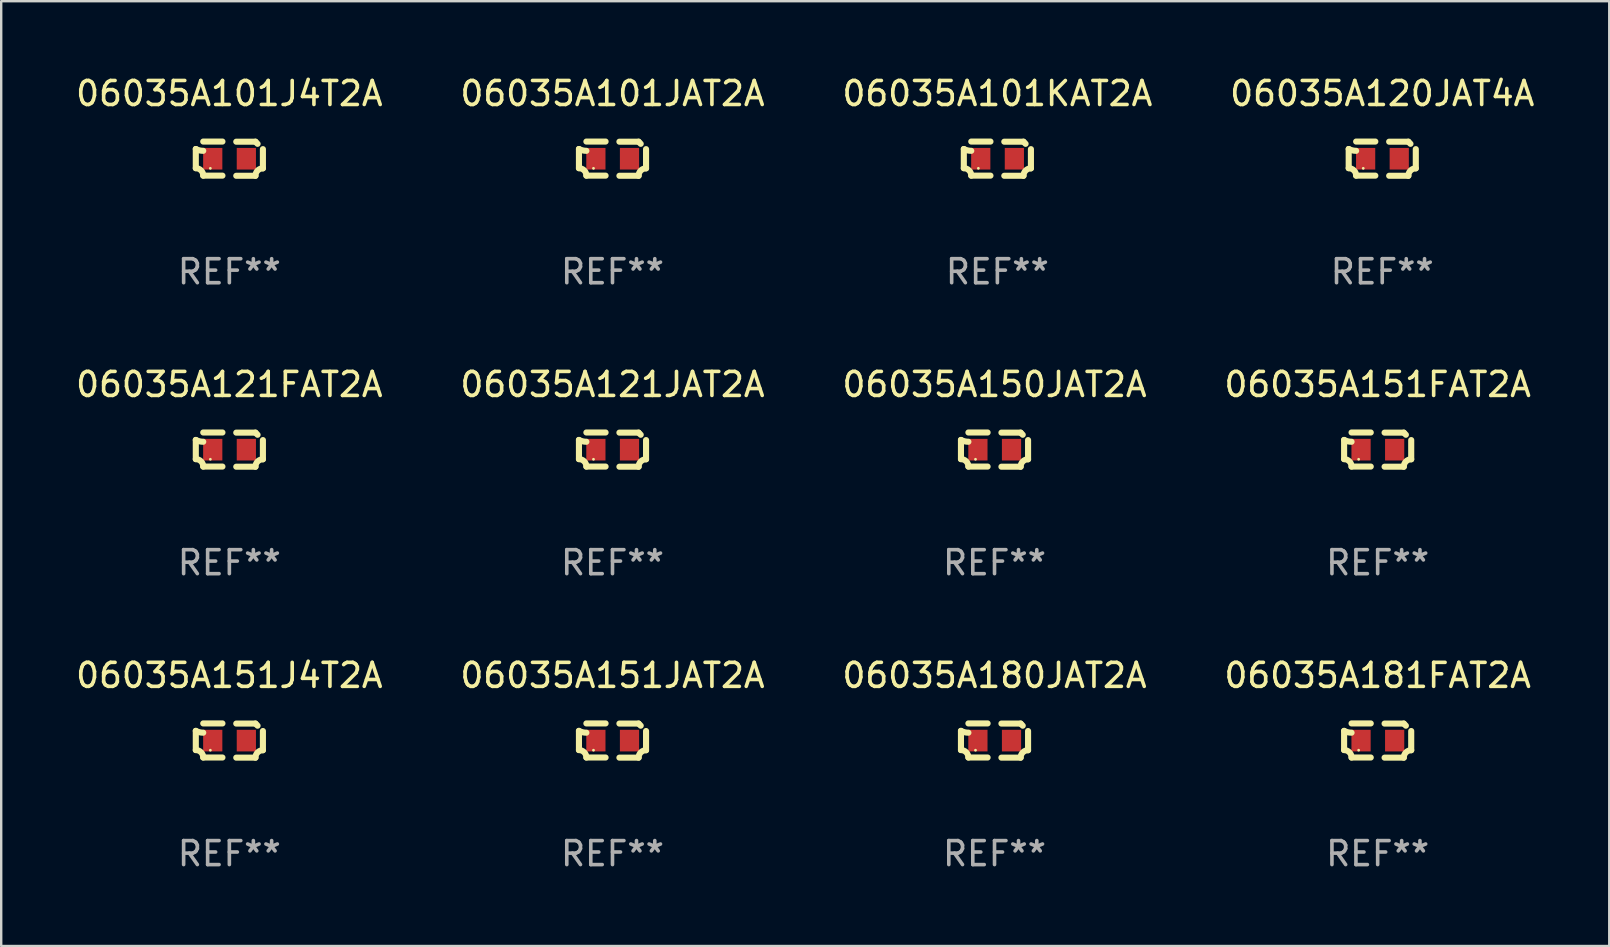
<source format=kicad_pcb>
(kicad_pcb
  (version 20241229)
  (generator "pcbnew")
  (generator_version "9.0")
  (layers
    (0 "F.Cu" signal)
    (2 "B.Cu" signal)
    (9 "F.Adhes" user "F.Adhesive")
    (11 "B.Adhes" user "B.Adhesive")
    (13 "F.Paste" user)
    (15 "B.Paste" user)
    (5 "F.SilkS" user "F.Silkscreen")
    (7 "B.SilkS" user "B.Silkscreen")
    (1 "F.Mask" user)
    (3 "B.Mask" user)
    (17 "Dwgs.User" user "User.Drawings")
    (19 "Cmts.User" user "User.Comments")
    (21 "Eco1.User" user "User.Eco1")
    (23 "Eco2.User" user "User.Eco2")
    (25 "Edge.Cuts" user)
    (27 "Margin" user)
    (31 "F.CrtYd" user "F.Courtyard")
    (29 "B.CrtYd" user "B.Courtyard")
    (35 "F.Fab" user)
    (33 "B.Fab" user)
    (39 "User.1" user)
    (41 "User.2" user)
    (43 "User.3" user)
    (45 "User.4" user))
  (footprint "06035A181FAT2A"
    (layer "F.Cu")
    (at 54.351 27.805)
    (property "Reference" "06035A181FAT2A" (at 0 -2.713 0) (layer "F.SilkS") (effects (font (size 1 1) (thickness 0.15))))
    (attr through_hole)
    (fp_line (start -1.398 -0.403) (end -1.398 0.397) (stroke (width 0.254) (type solid)) (layer "F.SilkS"))
    (fp_line (start -0.288 -0.713) (end -1.088 -0.713) (stroke (width 0.254) (type solid)) (layer "F.SilkS"))
    (fp_line (start -0.288 0.707) (end -1.088 0.707) (stroke (width 0.254) (type solid)) (layer "F.SilkS"))
    (fp_line (start 0.288 -0.707) (end 1.088 -0.707) (stroke (width 0.254) (type solid)) (layer "F.SilkS"))
    (fp_line (start 0.288 0.713) (end 1.088 0.713) (stroke (width 0.254) (type solid)) (layer "F.SilkS"))
    (fp_line (start 1.398 -0.397) (end 1.398 0.403) (stroke (width 0.254) (type solid)) (layer "F.SilkS"))
    (fp_arc (start -1.397789 0.397066) (mid -1.178701 0.487826) (end -1.08796 0.706922) (stroke (width 0.254001) (type solid)) (layer "F.SilkS"))
    (fp_arc (start -1.08796 -0.327176) (mid -1.247436 -0.346384) (end -1.39779 -0.402908) (stroke (width 0.254001) (type solid)) (layer "F.SilkS"))
    (fp_arc (start 1.087909 0.712738) (mid 1.178656 0.493655) (end 1.397739 0.402908) (stroke (width 0.254001) (type solid)) (layer "F.SilkS"))
    (fp_arc (start 1.175925 -0.618926) (mid 1.131917 -0.662923) (end 1.08791 -0.706922) (stroke (width 0.254001) (type solid)) (layer "F.SilkS"))
    (fp_circle (center -0.792 0.403) (end -0.762 0.403) (stroke (width 0.06) (type solid)) (fill no) (layer "F.SilkS"))
    (fp_text user "REF**" (at 0 4.713 0) (layer "F.Fab") (effects (font (size 1 1) (thickness 0.15))))
    (pad "1" smd rect (at -0.692 0.003) (size 0.8 0.9) (layers "F.Cu" "F.Mask" "F.Paste"))
    (pad "2" smd rect (at 0.708 0.003) (size 0.8 0.9) (layers "F.Cu" "F.Mask" "F.Paste")))
  (footprint "06035A101JAT2A"
    (layer "F.Cu")
    (at 22.47 3.561)
    (property "Reference" "06035A101JAT2A" (at 0 -2.713 0) (layer "F.SilkS") (effects (font (size 1 1) (thickness 0.15))))
    (attr through_hole)
    (fp_line (start -1.398 -0.403) (end -1.398 0.397) (stroke (width 0.254) (type solid)) (layer "F.SilkS"))
    (fp_line (start -0.288 -0.713) (end -1.088 -0.713) (stroke (width 0.254) (type solid)) (layer "F.SilkS"))
    (fp_line (start -0.288 0.707) (end -1.088 0.707) (stroke (width 0.254) (type solid)) (layer "F.SilkS"))
    (fp_line (start 0.288 -0.707) (end 1.088 -0.707) (stroke (width 0.254) (type solid)) (layer "F.SilkS"))
    (fp_line (start 0.288 0.713) (end 1.088 0.713) (stroke (width 0.254) (type solid)) (layer "F.SilkS"))
    (fp_line (start 1.398 -0.397) (end 1.398 0.403) (stroke (width 0.254) (type solid)) (layer "F.SilkS"))
    (fp_arc (start -1.397789 0.397066) (mid -1.178701 0.487826) (end -1.08796 0.706922) (stroke (width 0.254001) (type solid)) (layer "F.SilkS"))
    (fp_arc (start -1.08796 -0.327176) (mid -1.247436 -0.346384) (end -1.39779 -0.402908) (stroke (width 0.254001) (type solid)) (layer "F.SilkS"))
    (fp_arc (start 1.087909 0.712738) (mid 1.178656 0.493655) (end 1.397739 0.402908) (stroke (width 0.254001) (type solid)) (layer "F.SilkS"))
    (fp_arc (start 1.175925 -0.618926) (mid 1.131917 -0.662923) (end 1.08791 -0.706922) (stroke (width 0.254001) (type solid)) (layer "F.SilkS"))
    (fp_circle (center -0.792 0.403) (end -0.762 0.403) (stroke (width 0.06) (type solid)) (fill no) (layer "F.SilkS"))
    (fp_text user "REF**" (at 0 4.713 0) (layer "F.Fab") (effects (font (size 1 1) (thickness 0.15))))
    (pad "1" smd rect (at -0.692 0.003) (size 0.8 0.9) (layers "F.Cu" "F.Mask" "F.Paste"))
    (pad "2" smd rect (at 0.708 0.003) (size 0.8 0.9) (layers "F.Cu" "F.Mask" "F.Paste")))
  (footprint "06035A121FAT2A"
    (layer "F.Cu")
    (at 6.506 15.683)
    (property "Reference" "06035A121FAT2A" (at 0 -2.713 0) (layer "F.SilkS") (effects (font (size 1 1) (thickness 0.15))))
    (attr through_hole)
    (fp_line (start -1.398 -0.403) (end -1.398 0.397) (stroke (width 0.254) (type solid)) (layer "F.SilkS"))
    (fp_line (start -0.288 -0.713) (end -1.088 -0.713) (stroke (width 0.254) (type solid)) (layer "F.SilkS"))
    (fp_line (start -0.288 0.707) (end -1.088 0.707) (stroke (width 0.254) (type solid)) (layer "F.SilkS"))
    (fp_line (start 0.288 -0.707) (end 1.088 -0.707) (stroke (width 0.254) (type solid)) (layer "F.SilkS"))
    (fp_line (start 0.288 0.713) (end 1.088 0.713) (stroke (width 0.254) (type solid)) (layer "F.SilkS"))
    (fp_line (start 1.398 -0.397) (end 1.398 0.403) (stroke (width 0.254) (type solid)) (layer "F.SilkS"))
    (fp_arc (start -1.397789 0.397066) (mid -1.178701 0.487826) (end -1.08796 0.706922) (stroke (width 0.254001) (type solid)) (layer "F.SilkS"))
    (fp_arc (start -1.08796 -0.327176) (mid -1.247436 -0.346384) (end -1.39779 -0.402908) (stroke (width 0.254001) (type solid)) (layer "F.SilkS"))
    (fp_arc (start 1.087909 0.712738) (mid 1.178656 0.493655) (end 1.397739 0.402908) (stroke (width 0.254001) (type solid)) (layer "F.SilkS"))
    (fp_arc (start 1.175925 -0.618926) (mid 1.131917 -0.662923) (end 1.08791 -0.706922) (stroke (width 0.254001) (type solid)) (layer "F.SilkS"))
    (fp_circle (center -0.792 0.403) (end -0.762 0.403) (stroke (width 0.06) (type solid)) (fill no) (layer "F.SilkS"))
    (fp_text user "REF**" (at 0 4.713 0) (layer "F.Fab") (effects (font (size 1 1) (thickness 0.15))))
    (pad "1" smd rect (at -0.692 0.003) (size 0.8 0.9) (layers "F.Cu" "F.Mask" "F.Paste"))
    (pad "2" smd rect (at 0.708 0.003) (size 0.8 0.9) (layers "F.Cu" "F.Mask" "F.Paste")))
  (footprint "06035A151J4T2A"
    (layer "F.Cu")
    (at 6.506 27.805)
    (property "Reference" "06035A151J4T2A" (at 0 -2.713 0) (layer "F.SilkS") (effects (font (size 1 1) (thickness 0.15))))
    (attr through_hole)
    (fp_line (start -1.398 -0.403) (end -1.398 0.397) (stroke (width 0.254) (type solid)) (layer "F.SilkS"))
    (fp_line (start -0.288 -0.713) (end -1.088 -0.713) (stroke (width 0.254) (type solid)) (layer "F.SilkS"))
    (fp_line (start -0.288 0.707) (end -1.088 0.707) (stroke (width 0.254) (type solid)) (layer "F.SilkS"))
    (fp_line (start 0.288 -0.707) (end 1.088 -0.707) (stroke (width 0.254) (type solid)) (layer "F.SilkS"))
    (fp_line (start 0.288 0.713) (end 1.088 0.713) (stroke (width 0.254) (type solid)) (layer "F.SilkS"))
    (fp_line (start 1.398 -0.397) (end 1.398 0.403) (stroke (width 0.254) (type solid)) (layer "F.SilkS"))
    (fp_arc (start -1.397789 0.397066) (mid -1.178701 0.487826) (end -1.08796 0.706922) (stroke (width 0.254001) (type solid)) (layer "F.SilkS"))
    (fp_arc (start -1.08796 -0.327176) (mid -1.247436 -0.346384) (end -1.39779 -0.402908) (stroke (width 0.254001) (type solid)) (layer "F.SilkS"))
    (fp_arc (start 1.087909 0.712738) (mid 1.178656 0.493655) (end 1.397739 0.402908) (stroke (width 0.254001) (type solid)) (layer "F.SilkS"))
    (fp_arc (start 1.175925 -0.618926) (mid 1.131917 -0.662923) (end 1.08791 -0.706922) (stroke (width 0.254001) (type solid)) (layer "F.SilkS"))
    (fp_circle (center -0.792 0.403) (end -0.762 0.403) (stroke (width 0.06) (type solid)) (fill no) (layer "F.SilkS"))
    (fp_text user "REF**" (at 0 4.713 0) (layer "F.Fab") (effects (font (size 1 1) (thickness 0.15))))
    (pad "1" smd rect (at -0.692 0.003) (size 0.8 0.9) (layers "F.Cu" "F.Mask" "F.Paste"))
    (pad "2" smd rect (at 0.708 0.003) (size 0.8 0.9) (layers "F.Cu" "F.Mask" "F.Paste")))
  (footprint "06035A101KAT2A"
    (layer "F.Cu")
    (at 38.506 3.561)
    (property "Reference" "06035A101KAT2A" (at 0 -2.713 0) (layer "F.SilkS") (effects (font (size 1 1) (thickness 0.15))))
    (attr through_hole)
    (fp_line (start -1.398 -0.403) (end -1.398 0.397) (stroke (width 0.254) (type solid)) (layer "F.SilkS"))
    (fp_line (start -0.288 -0.713) (end -1.088 -0.713) (stroke (width 0.254) (type solid)) (layer "F.SilkS"))
    (fp_line (start -0.288 0.707) (end -1.088 0.707) (stroke (width 0.254) (type solid)) (layer "F.SilkS"))
    (fp_line (start 0.288 -0.707) (end 1.088 -0.707) (stroke (width 0.254) (type solid)) (layer "F.SilkS"))
    (fp_line (start 0.288 0.713) (end 1.088 0.713) (stroke (width 0.254) (type solid)) (layer "F.SilkS"))
    (fp_line (start 1.398 -0.397) (end 1.398 0.403) (stroke (width 0.254) (type solid)) (layer "F.SilkS"))
    (fp_arc (start -1.397789 0.397066) (mid -1.178701 0.487826) (end -1.08796 0.706922) (stroke (width 0.254001) (type solid)) (layer "F.SilkS"))
    (fp_arc (start -1.08796 -0.327176) (mid -1.247436 -0.346384) (end -1.39779 -0.402908) (stroke (width 0.254001) (type solid)) (layer "F.SilkS"))
    (fp_arc (start 1.087909 0.712738) (mid 1.178656 0.493655) (end 1.397739 0.402908) (stroke (width 0.254001) (type solid)) (layer "F.SilkS"))
    (fp_arc (start 1.175925 -0.618926) (mid 1.131917 -0.662923) (end 1.08791 -0.706922) (stroke (width 0.254001) (type solid)) (layer "F.SilkS"))
    (fp_circle (center -0.792 0.403) (end -0.762 0.403) (stroke (width 0.06) (type solid)) (fill no) (layer "F.SilkS"))
    (fp_text user "REF**" (at 0 4.713 0) (layer "F.Fab") (effects (font (size 1 1) (thickness 0.15))))
    (pad "1" smd rect (at -0.692 0.003) (size 0.8 0.9) (layers "F.Cu" "F.Mask" "F.Paste"))
    (pad "2" smd rect (at 0.708 0.003) (size 0.8 0.9) (layers "F.Cu" "F.Mask" "F.Paste")))
  (footprint "06035A101J4T2A"
    (layer "F.Cu")
    (at 6.506 3.561)
    (property "Reference" "06035A101J4T2A" (at 0 -2.713 0) (layer "F.SilkS") (effects (font (size 1 1) (thickness 0.15))))
    (attr through_hole)
    (fp_line (start -1.398 -0.403) (end -1.398 0.397) (stroke (width 0.254) (type solid)) (layer "F.SilkS"))
    (fp_line (start -0.288 -0.713) (end -1.088 -0.713) (stroke (width 0.254) (type solid)) (layer "F.SilkS"))
    (fp_line (start -0.288 0.707) (end -1.088 0.707) (stroke (width 0.254) (type solid)) (layer "F.SilkS"))
    (fp_line (start 0.288 -0.707) (end 1.088 -0.707) (stroke (width 0.254) (type solid)) (layer "F.SilkS"))
    (fp_line (start 0.288 0.713) (end 1.088 0.713) (stroke (width 0.254) (type solid)) (layer "F.SilkS"))
    (fp_line (start 1.398 -0.397) (end 1.398 0.403) (stroke (width 0.254) (type solid)) (layer "F.SilkS"))
    (fp_arc (start -1.397789 0.397066) (mid -1.178701 0.487826) (end -1.08796 0.706922) (stroke (width 0.254001) (type solid)) (layer "F.SilkS"))
    (fp_arc (start -1.08796 -0.327176) (mid -1.247436 -0.346384) (end -1.39779 -0.402908) (stroke (width 0.254001) (type solid)) (layer "F.SilkS"))
    (fp_arc (start 1.087909 0.712738) (mid 1.178656 0.493655) (end 1.397739 0.402908) (stroke (width 0.254001) (type solid)) (layer "F.SilkS"))
    (fp_arc (start 1.175925 -0.618926) (mid 1.131917 -0.662923) (end 1.08791 -0.706922) (stroke (width 0.254001) (type solid)) (layer "F.SilkS"))
    (fp_circle (center -0.792 0.403) (end -0.762 0.403) (stroke (width 0.06) (type solid)) (fill no) (layer "F.SilkS"))
    (fp_text user "REF**" (at 0 4.713 0) (layer "F.Fab") (effects (font (size 1 1) (thickness 0.15))))
    (pad "1" smd rect (at -0.692 0.003) (size 0.8 0.9) (layers "F.Cu" "F.Mask" "F.Paste"))
    (pad "2" smd rect (at 0.708 0.003) (size 0.8 0.9) (layers "F.Cu" "F.Mask" "F.Paste")))
  (footprint "06035A121JAT2A"
    (layer "F.Cu")
    (at 22.47 15.683)
    (property "Reference" "06035A121JAT2A" (at 0 -2.713 0) (layer "F.SilkS") (effects (font (size 1 1) (thickness 0.15))))
    (attr through_hole)
    (fp_line (start -1.398 -0.403) (end -1.398 0.397) (stroke (width 0.254) (type solid)) (layer "F.SilkS"))
    (fp_line (start -0.288 -0.713) (end -1.088 -0.713) (stroke (width 0.254) (type solid)) (layer "F.SilkS"))
    (fp_line (start -0.288 0.707) (end -1.088 0.707) (stroke (width 0.254) (type solid)) (layer "F.SilkS"))
    (fp_line (start 0.288 -0.707) (end 1.088 -0.707) (stroke (width 0.254) (type solid)) (layer "F.SilkS"))
    (fp_line (start 0.288 0.713) (end 1.088 0.713) (stroke (width 0.254) (type solid)) (layer "F.SilkS"))
    (fp_line (start 1.398 -0.397) (end 1.398 0.403) (stroke (width 0.254) (type solid)) (layer "F.SilkS"))
    (fp_arc (start -1.397789 0.397066) (mid -1.178701 0.487826) (end -1.08796 0.706922) (stroke (width 0.254001) (type solid)) (layer "F.SilkS"))
    (fp_arc (start -1.08796 -0.327176) (mid -1.247436 -0.346384) (end -1.39779 -0.402908) (stroke (width 0.254001) (type solid)) (layer "F.SilkS"))
    (fp_arc (start 1.087909 0.712738) (mid 1.178656 0.493655) (end 1.397739 0.402908) (stroke (width 0.254001) (type solid)) (layer "F.SilkS"))
    (fp_arc (start 1.175925 -0.618926) (mid 1.131917 -0.662923) (end 1.08791 -0.706922) (stroke (width 0.254001) (type solid)) (layer "F.SilkS"))
    (fp_circle (center -0.792 0.403) (end -0.762 0.403) (stroke (width 0.06) (type solid)) (fill no) (layer "F.SilkS"))
    (fp_text user "REF**" (at 0 4.713 0) (layer "F.Fab") (effects (font (size 1 1) (thickness 0.15))))
    (pad "1" smd rect (at -0.692 0.003) (size 0.8 0.9) (layers "F.Cu" "F.Mask" "F.Paste"))
    (pad "2" smd rect (at 0.708 0.003) (size 0.8 0.9) (layers "F.Cu" "F.Mask" "F.Paste")))
  (footprint "06035A120JAT4A"
    (layer "F.Cu")
    (at 54.542 3.561)
    (property "Reference" "06035A120JAT4A" (at 0 -2.713 0) (layer "F.SilkS") (effects (font (size 1 1) (thickness 0.15))))
    (attr through_hole)
    (fp_line (start -1.398 -0.403) (end -1.398 0.397) (stroke (width 0.254) (type solid)) (layer "F.SilkS"))
    (fp_line (start -0.288 -0.713) (end -1.088 -0.713) (stroke (width 0.254) (type solid)) (layer "F.SilkS"))
    (fp_line (start -0.288 0.707) (end -1.088 0.707) (stroke (width 0.254) (type solid)) (layer "F.SilkS"))
    (fp_line (start 0.288 -0.707) (end 1.088 -0.707) (stroke (width 0.254) (type solid)) (layer "F.SilkS"))
    (fp_line (start 0.288 0.713) (end 1.088 0.713) (stroke (width 0.254) (type solid)) (layer "F.SilkS"))
    (fp_line (start 1.398 -0.397) (end 1.398 0.403) (stroke (width 0.254) (type solid)) (layer "F.SilkS"))
    (fp_arc (start -1.397789 0.397066) (mid -1.178701 0.487826) (end -1.08796 0.706922) (stroke (width 0.254001) (type solid)) (layer "F.SilkS"))
    (fp_arc (start -1.08796 -0.327176) (mid -1.247436 -0.346384) (end -1.39779 -0.402908) (stroke (width 0.254001) (type solid)) (layer "F.SilkS"))
    (fp_arc (start 1.087909 0.712738) (mid 1.178656 0.493655) (end 1.397739 0.402908) (stroke (width 0.254001) (type solid)) (layer "F.SilkS"))
    (fp_arc (start 1.175925 -0.618926) (mid 1.131917 -0.662923) (end 1.08791 -0.706922) (stroke (width 0.254001) (type solid)) (layer "F.SilkS"))
    (fp_circle (center -0.792 0.403) (end -0.762 0.403) (stroke (width 0.06) (type solid)) (fill no) (layer "F.SilkS"))
    (fp_text user "REF**" (at 0 4.713 0) (layer "F.Fab") (effects (font (size 1 1) (thickness 0.15))))
    (pad "1" smd rect (at -0.692 0.003) (size 0.8 0.9) (layers "F.Cu" "F.Mask" "F.Paste"))
    (pad "2" smd rect (at 0.708 0.003) (size 0.8 0.9) (layers "F.Cu" "F.Mask" "F.Paste")))
  (footprint "06035A150JAT2A"
    (layer "F.Cu")
    (at 38.387 15.683)
    (property "Reference" "06035A150JAT2A" (at 0 -2.713 0) (layer "F.SilkS") (effects (font (size 1 1) (thickness 0.15))))
    (attr through_hole)
    (fp_line (start -1.398 -0.403) (end -1.398 0.397) (stroke (width 0.254) (type solid)) (layer "F.SilkS"))
    (fp_line (start -0.288 -0.713) (end -1.088 -0.713) (stroke (width 0.254) (type solid)) (layer "F.SilkS"))
    (fp_line (start -0.288 0.707) (end -1.088 0.707) (stroke (width 0.254) (type solid)) (layer "F.SilkS"))
    (fp_line (start 0.288 -0.707) (end 1.088 -0.707) (stroke (width 0.254) (type solid)) (layer "F.SilkS"))
    (fp_line (start 0.288 0.713) (end 1.088 0.713) (stroke (width 0.254) (type solid)) (layer "F.SilkS"))
    (fp_line (start 1.398 -0.397) (end 1.398 0.403) (stroke (width 0.254) (type solid)) (layer "F.SilkS"))
    (fp_arc (start -1.397789 0.397066) (mid -1.178701 0.487826) (end -1.08796 0.706922) (stroke (width 0.254001) (type solid)) (layer "F.SilkS"))
    (fp_arc (start -1.08796 -0.327176) (mid -1.247436 -0.346384) (end -1.39779 -0.402908) (stroke (width 0.254001) (type solid)) (layer "F.SilkS"))
    (fp_arc (start 1.087909 0.712738) (mid 1.178656 0.493655) (end 1.397739 0.402908) (stroke (width 0.254001) (type solid)) (layer "F.SilkS"))
    (fp_arc (start 1.175925 -0.618926) (mid 1.131917 -0.662923) (end 1.08791 -0.706922) (stroke (width 0.254001) (type solid)) (layer "F.SilkS"))
    (fp_circle (center -0.792 0.403) (end -0.762 0.403) (stroke (width 0.06) (type solid)) (fill no) (layer "F.SilkS"))
    (fp_text user "REF**" (at 0 4.713 0) (layer "F.Fab") (effects (font (size 1 1) (thickness 0.15))))
    (pad "1" smd rect (at -0.692 0.003) (size 0.8 0.9) (layers "F.Cu" "F.Mask" "F.Paste"))
    (pad "2" smd rect (at 0.708 0.003) (size 0.8 0.9) (layers "F.Cu" "F.Mask" "F.Paste")))
  (footprint "06035A151JAT2A"
    (layer "F.Cu")
    (at 22.47 27.805)
    (property "Reference" "06035A151JAT2A" (at 0 -2.713 0) (layer "F.SilkS") (effects (font (size 1 1) (thickness 0.15))))
    (attr through_hole)
    (fp_line (start -1.398 -0.403) (end -1.398 0.397) (stroke (width 0.254) (type solid)) (layer "F.SilkS"))
    (fp_line (start -0.288 -0.713) (end -1.088 -0.713) (stroke (width 0.254) (type solid)) (layer "F.SilkS"))
    (fp_line (start -0.288 0.707) (end -1.088 0.707) (stroke (width 0.254) (type solid)) (layer "F.SilkS"))
    (fp_line (start 0.288 -0.707) (end 1.088 -0.707) (stroke (width 0.254) (type solid)) (layer "F.SilkS"))
    (fp_line (start 0.288 0.713) (end 1.088 0.713) (stroke (width 0.254) (type solid)) (layer "F.SilkS"))
    (fp_line (start 1.398 -0.397) (end 1.398 0.403) (stroke (width 0.254) (type solid)) (layer "F.SilkS"))
    (fp_arc (start -1.397789 0.397066) (mid -1.178701 0.487826) (end -1.08796 0.706922) (stroke (width 0.254001) (type solid)) (layer "F.SilkS"))
    (fp_arc (start -1.08796 -0.327176) (mid -1.247436 -0.346384) (end -1.39779 -0.402908) (stroke (width 0.254001) (type solid)) (layer "F.SilkS"))
    (fp_arc (start 1.087909 0.712738) (mid 1.178656 0.493655) (end 1.397739 0.402908) (stroke (width 0.254001) (type solid)) (layer "F.SilkS"))
    (fp_arc (start 1.175925 -0.618926) (mid 1.131917 -0.662923) (end 1.08791 -0.706922) (stroke (width 0.254001) (type solid)) (layer "F.SilkS"))
    (fp_circle (center -0.792 0.403) (end -0.762 0.403) (stroke (width 0.06) (type solid)) (fill no) (layer "F.SilkS"))
    (fp_text user "REF**" (at 0 4.713 0) (layer "F.Fab") (effects (font (size 1 1) (thickness 0.15))))
    (pad "1" smd rect (at -0.692 0.003) (size 0.8 0.9) (layers "F.Cu" "F.Mask" "F.Paste"))
    (pad "2" smd rect (at 0.708 0.003) (size 0.8 0.9) (layers "F.Cu" "F.Mask" "F.Paste")))
  (footprint "06035A151FAT2A"
    (layer "F.Cu")
    (at 54.351 15.683)
    (property "Reference" "06035A151FAT2A" (at 0 -2.713 0) (layer "F.SilkS") (effects (font (size 1 1) (thickness 0.15))))
    (attr through_hole)
    (fp_line (start -1.398 -0.403) (end -1.398 0.397) (stroke (width 0.254) (type solid)) (layer "F.SilkS"))
    (fp_line (start -0.288 -0.713) (end -1.088 -0.713) (stroke (width 0.254) (type solid)) (layer "F.SilkS"))
    (fp_line (start -0.288 0.707) (end -1.088 0.707) (stroke (width 0.254) (type solid)) (layer "F.SilkS"))
    (fp_line (start 0.288 -0.707) (end 1.088 -0.707) (stroke (width 0.254) (type solid)) (layer "F.SilkS"))
    (fp_line (start 0.288 0.713) (end 1.088 0.713) (stroke (width 0.254) (type solid)) (layer "F.SilkS"))
    (fp_line (start 1.398 -0.397) (end 1.398 0.403) (stroke (width 0.254) (type solid)) (layer "F.SilkS"))
    (fp_arc (start -1.397789 0.397066) (mid -1.178701 0.487826) (end -1.08796 0.706922) (stroke (width 0.254001) (type solid)) (layer "F.SilkS"))
    (fp_arc (start -1.08796 -0.327176) (mid -1.247436 -0.346384) (end -1.39779 -0.402908) (stroke (width 0.254001) (type solid)) (layer "F.SilkS"))
    (fp_arc (start 1.087909 0.712738) (mid 1.178656 0.493655) (end 1.397739 0.402908) (stroke (width 0.254001) (type solid)) (layer "F.SilkS"))
    (fp_arc (start 1.175925 -0.618926) (mid 1.131917 -0.662923) (end 1.08791 -0.706922) (stroke (width 0.254001) (type solid)) (layer "F.SilkS"))
    (fp_circle (center -0.792 0.403) (end -0.762 0.403) (stroke (width 0.06) (type solid)) (fill no) (layer "F.SilkS"))
    (fp_text user "REF**" (at 0 4.713 0) (layer "F.Fab") (effects (font (size 1 1) (thickness 0.15))))
    (pad "1" smd rect (at -0.692 0.003) (size 0.8 0.9) (layers "F.Cu" "F.Mask" "F.Paste"))
    (pad "2" smd rect (at 0.708 0.003) (size 0.8 0.9) (layers "F.Cu" "F.Mask" "F.Paste")))
  (footprint "06035A180JAT2A"
    (layer "F.Cu")
    (at 38.387 27.805)
    (property "Reference" "06035A180JAT2A" (at 0 -2.713 0) (layer "F.SilkS") (effects (font (size 1 1) (thickness 0.15))))
    (attr through_hole)
    (fp_line (start -1.398 -0.403) (end -1.398 0.397) (stroke (width 0.254) (type solid)) (layer "F.SilkS"))
    (fp_line (start -0.288 -0.713) (end -1.088 -0.713) (stroke (width 0.254) (type solid)) (layer "F.SilkS"))
    (fp_line (start -0.288 0.707) (end -1.088 0.707) (stroke (width 0.254) (type solid)) (layer "F.SilkS"))
    (fp_line (start 0.288 -0.707) (end 1.088 -0.707) (stroke (width 0.254) (type solid)) (layer "F.SilkS"))
    (fp_line (start 0.288 0.713) (end 1.088 0.713) (stroke (width 0.254) (type solid)) (layer "F.SilkS"))
    (fp_line (start 1.398 -0.397) (end 1.398 0.403) (stroke (width 0.254) (type solid)) (layer "F.SilkS"))
    (fp_arc (start -1.397789 0.397066) (mid -1.178701 0.487826) (end -1.08796 0.706922) (stroke (width 0.254001) (type solid)) (layer "F.SilkS"))
    (fp_arc (start -1.08796 -0.327176) (mid -1.247436 -0.346384) (end -1.39779 -0.402908) (stroke (width 0.254001) (type solid)) (layer "F.SilkS"))
    (fp_arc (start 1.087909 0.712738) (mid 1.178656 0.493655) (end 1.397739 0.402908) (stroke (width 0.254001) (type solid)) (layer "F.SilkS"))
    (fp_arc (start 1.175925 -0.618926) (mid 1.131917 -0.662923) (end 1.08791 -0.706922) (stroke (width 0.254001) (type solid)) (layer "F.SilkS"))
    (fp_circle (center -0.792 0.403) (end -0.762 0.403) (stroke (width 0.06) (type solid)) (fill no) (layer "F.SilkS"))
    (fp_text user "REF**" (at 0 4.713 0) (layer "F.Fab") (effects (font (size 1 1) (thickness 0.15))))
    (pad "1" smd rect (at -0.692 0.003) (size 0.8 0.9) (layers "F.Cu" "F.Mask" "F.Paste"))
    (pad "2" smd rect (at 0.708 0.003) (size 0.8 0.9) (layers "F.Cu" "F.Mask" "F.Paste")))
  (gr_rect
    (start -3 -3)
    (end 64 36.366)
    (stroke (width 0.1) (type default))
    (fill no)
    (layer "Edge.Cuts")))
</source>
